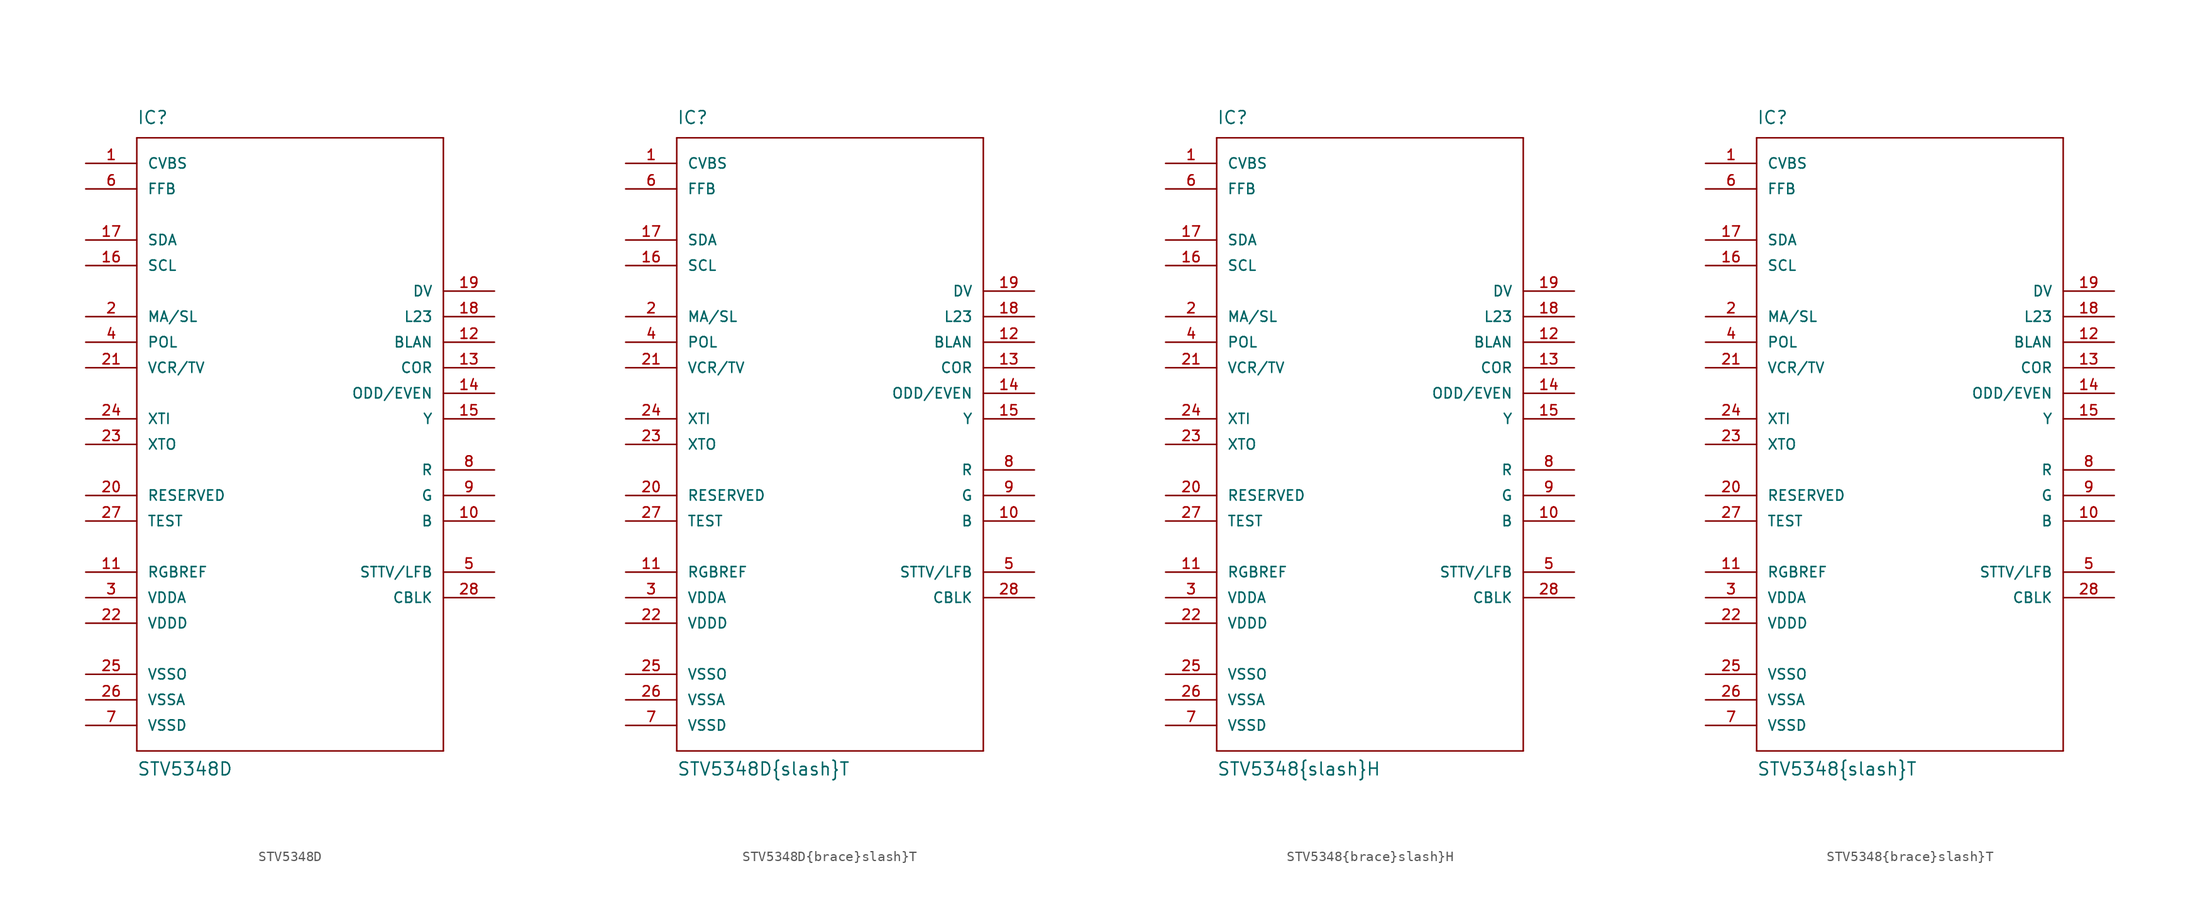
<source format=kicad_sym>
(kicad_symbol_lib
  (version 20211014)
  (generator kicad_symbol_editor)
  (symbol "STV5348D"
    (pin_names
      (offset 1.016))
    (property "Reference" "IC"
      (at -15.24 31.75 0)
      (effects (font (size 1.27 1.27)) (justify left bottom)))
    (property "Value" "STV5348D"
      (at -15.24 -33.02 0)
      (effects (font (size 1.27 1.27)) (justify left bottom)))
    (property "ki_locked" ""
      (at 0 0 0)
      (effects (font (size 1.27 1.27))))
    (symbol "STV5348D_1_0"
      (polyline (pts (xy -15.24 -30.48) (xy -15.24 30.48)) (stroke (width 0) (type default) (color 0 0 0 0)) (fill (type none)))
      (polyline (pts (xy -15.24 30.48) (xy 15.24 30.48)) (stroke (width 0) (type default) (color 0 0 0 0)) (fill (type none)))
      (polyline (pts (xy 15.24 -30.48) (xy -15.24 -30.48)) (stroke (width 0) (type default) (color 0 0 0 0)) (fill (type none)))
      (polyline (pts (xy 15.24 30.48) (xy 15.24 -30.48)) (stroke (width 0) (type default) (color 0 0 0 0)) (fill (type none))))
    (symbol "STV5348D_1_1"
      (pin input line (at -20.32 27.94 0) (length 5.08) (name "CVBS" (effects (font (size 1.016 1.016)))) (number "1" (effects (font (size 1.016 1.016)))))
      (pin output line (at 20.32 -7.62 180) (length 5.08) (name "B" (effects (font (size 1.016 1.016)))) (number "10" (effects (font (size 1.016 1.016)))))
      (pin power_in line (at -20.32 -12.7 0) (length 5.08) (name "RGBREF" (effects (font (size 1.016 1.016)))) (number "11" (effects (font (size 1.016 1.016)))))
      (pin output line (at 20.32 10.16 180) (length 5.08) (name "BLAN" (effects (font (size 1.016 1.016)))) (number "12" (effects (font (size 1.016 1.016)))))
      (pin open_collector line (at 20.32 7.62 180) (length 5.08) (name "COR" (effects (font (size 1.016 1.016)))) (number "13" (effects (font (size 1.016 1.016)))))
      (pin output line (at 20.32 5.08 180) (length 5.08) (name "ODD/EVEN" (effects (font (size 1.016 1.016)))) (number "14" (effects (font (size 1.016 1.016)))))
      (pin open_collector line (at 20.32 2.54 180) (length 5.08) (name "Y" (effects (font (size 1.016 1.016)))) (number "15" (effects (font (size 1.016 1.016)))))
      (pin input line (at -20.32 17.78 0) (length 5.08) (name "SCL" (effects (font (size 1.016 1.016)))) (number "16" (effects (font (size 1.016 1.016)))))
      (pin bidirectional line (at -20.32 20.32 0) (length 5.08) (name "SDA" (effects (font (size 1.016 1.016)))) (number "17" (effects (font (size 1.016 1.016)))))
      (pin output line (at 20.32 12.7 180) (length 5.08) (name "L23" (effects (font (size 1.016 1.016)))) (number "18" (effects (font (size 1.016 1.016)))))
      (pin output line (at 20.32 15.24 180) (length 5.08) (name "DV" (effects (font (size 1.016 1.016)))) (number "19" (effects (font (size 1.016 1.016)))))
      (pin input line (at -20.32 12.7 0) (length 5.08) (name "MA/SL" (effects (font (size 1.016 1.016)))) (number "2" (effects (font (size 1.016 1.016)))))
      (pin passive line (at -20.32 -5.08 0) (length 5.08) (name "RESERVED" (effects (font (size 1.016 1.016)))) (number "20" (effects (font (size 1.016 1.016)))))
      (pin input line (at -20.32 7.62 0) (length 5.08) (name "VCR/TV" (effects (font (size 1.016 1.016)))) (number "21" (effects (font (size 1.016 1.016)))))
      (pin power_in line (at -20.32 -17.78 0) (length 5.08) (name "VDDD" (effects (font (size 1.016 1.016)))) (number "22" (effects (font (size 1.016 1.016)))))
      (pin output line (at -20.32 0 0) (length 5.08) (name "XTO" (effects (font (size 1.016 1.016)))) (number "23" (effects (font (size 1.016 1.016)))))
      (pin input line (at -20.32 2.54 0) (length 5.08) (name "XTI" (effects (font (size 1.016 1.016)))) (number "24" (effects (font (size 1.016 1.016)))))
      (pin power_in line (at -20.32 -22.86 0) (length 5.08) (name "VSSO" (effects (font (size 1.016 1.016)))) (number "25" (effects (font (size 1.016 1.016)))))
      (pin power_in line (at -20.32 -25.4 0) (length 5.08) (name "VSSA" (effects (font (size 1.016 1.016)))) (number "26" (effects (font (size 1.016 1.016)))))
      (pin passive line (at -20.32 -7.62 0) (length 5.08) (name "TEST" (effects (font (size 1.016 1.016)))) (number "27" (effects (font (size 1.016 1.016)))))
      (pin bidirectional line (at 20.32 -15.24 180) (length 5.08) (name "CBLK" (effects (font (size 1.016 1.016)))) (number "28" (effects (font (size 1.016 1.016)))))
      (pin power_in line (at -20.32 -15.24 0) (length 5.08) (name "VDDA" (effects (font (size 1.016 1.016)))) (number "3" (effects (font (size 1.016 1.016)))))
      (pin input line (at -20.32 10.16 0) (length 5.08) (name "POL" (effects (font (size 1.016 1.016)))) (number "4" (effects (font (size 1.016 1.016)))))
      (pin bidirectional line (at 20.32 -12.7 180) (length 5.08) (name "STTV/LFB" (effects (font (size 1.016 1.016)))) (number "5" (effects (font (size 1.016 1.016)))))
      (pin input line (at -20.32 25.4 0) (length 5.08) (name "FFB" (effects (font (size 1.016 1.016)))) (number "6" (effects (font (size 1.016 1.016)))))
      (pin power_in line (at -20.32 -27.94 0) (length 5.08) (name "VSSD" (effects (font (size 1.016 1.016)))) (number "7" (effects (font (size 1.016 1.016)))))
      (pin output line (at 20.32 -2.54 180) (length 5.08) (name "R" (effects (font (size 1.016 1.016)))) (number "8" (effects (font (size 1.016 1.016)))))
      (pin output line (at 20.32 -5.08 180) (length 5.08) (name "G" (effects (font (size 1.016 1.016)))) (number "9" (effects (font (size 1.016 1.016)))))))
  (symbol "STV5348D{brace}slash}T"
    (pin_names
      (offset 1.016))
    (property "Reference" "IC"
      (at -15.24 31.75 0)
      (effects (font (size 1.27 1.27)) (justify left bottom)))
    (property "Value" "STV5348D{brace}slash}T"
      (at -15.24 -33.02 0)
      (effects (font (size 1.27 1.27)) (justify left bottom)))
    (property "ki_locked" ""
      (at 0 0 0)
      (effects (font (size 1.27 1.27))))
    (symbol "STV5348D{brace}slash}T_1_0"
      (polyline (pts (xy -15.24 -30.48) (xy -15.24 30.48)) (stroke (width 0) (type default) (color 0 0 0 0)) (fill (type none)))
      (polyline (pts (xy -15.24 30.48) (xy 15.24 30.48)) (stroke (width 0) (type default) (color 0 0 0 0)) (fill (type none)))
      (polyline (pts (xy 15.24 -30.48) (xy -15.24 -30.48)) (stroke (width 0) (type default) (color 0 0 0 0)) (fill (type none)))
      (polyline (pts (xy 15.24 30.48) (xy 15.24 -30.48)) (stroke (width 0) (type default) (color 0 0 0 0)) (fill (type none))))
    (symbol "STV5348D{brace}slash}T_1_1"
      (pin input line (at -20.32 27.94 0) (length 5.08) (name "CVBS" (effects (font (size 1.016 1.016)))) (number "1" (effects (font (size 1.016 1.016)))))
      (pin output line (at 20.32 -7.62 180) (length 5.08) (name "B" (effects (font (size 1.016 1.016)))) (number "10" (effects (font (size 1.016 1.016)))))
      (pin power_in line (at -20.32 -12.7 0) (length 5.08) (name "RGBREF" (effects (font (size 1.016 1.016)))) (number "11" (effects (font (size 1.016 1.016)))))
      (pin output line (at 20.32 10.16 180) (length 5.08) (name "BLAN" (effects (font (size 1.016 1.016)))) (number "12" (effects (font (size 1.016 1.016)))))
      (pin open_collector line (at 20.32 7.62 180) (length 5.08) (name "COR" (effects (font (size 1.016 1.016)))) (number "13" (effects (font (size 1.016 1.016)))))
      (pin output line (at 20.32 5.08 180) (length 5.08) (name "ODD/EVEN" (effects (font (size 1.016 1.016)))) (number "14" (effects (font (size 1.016 1.016)))))
      (pin open_collector line (at 20.32 2.54 180) (length 5.08) (name "Y" (effects (font (size 1.016 1.016)))) (number "15" (effects (font (size 1.016 1.016)))))
      (pin input line (at -20.32 17.78 0) (length 5.08) (name "SCL" (effects (font (size 1.016 1.016)))) (number "16" (effects (font (size 1.016 1.016)))))
      (pin bidirectional line (at -20.32 20.32 0) (length 5.08) (name "SDA" (effects (font (size 1.016 1.016)))) (number "17" (effects (font (size 1.016 1.016)))))
      (pin output line (at 20.32 12.7 180) (length 5.08) (name "L23" (effects (font (size 1.016 1.016)))) (number "18" (effects (font (size 1.016 1.016)))))
      (pin output line (at 20.32 15.24 180) (length 5.08) (name "DV" (effects (font (size 1.016 1.016)))) (number "19" (effects (font (size 1.016 1.016)))))
      (pin input line (at -20.32 12.7 0) (length 5.08) (name "MA/SL" (effects (font (size 1.016 1.016)))) (number "2" (effects (font (size 1.016 1.016)))))
      (pin passive line (at -20.32 -5.08 0) (length 5.08) (name "RESERVED" (effects (font (size 1.016 1.016)))) (number "20" (effects (font (size 1.016 1.016)))))
      (pin input line (at -20.32 7.62 0) (length 5.08) (name "VCR/TV" (effects (font (size 1.016 1.016)))) (number "21" (effects (font (size 1.016 1.016)))))
      (pin power_in line (at -20.32 -17.78 0) (length 5.08) (name "VDDD" (effects (font (size 1.016 1.016)))) (number "22" (effects (font (size 1.016 1.016)))))
      (pin output line (at -20.32 0 0) (length 5.08) (name "XTO" (effects (font (size 1.016 1.016)))) (number "23" (effects (font (size 1.016 1.016)))))
      (pin input line (at -20.32 2.54 0) (length 5.08) (name "XTI" (effects (font (size 1.016 1.016)))) (number "24" (effects (font (size 1.016 1.016)))))
      (pin power_in line (at -20.32 -22.86 0) (length 5.08) (name "VSSO" (effects (font (size 1.016 1.016)))) (number "25" (effects (font (size 1.016 1.016)))))
      (pin power_in line (at -20.32 -25.4 0) (length 5.08) (name "VSSA" (effects (font (size 1.016 1.016)))) (number "26" (effects (font (size 1.016 1.016)))))
      (pin passive line (at -20.32 -7.62 0) (length 5.08) (name "TEST" (effects (font (size 1.016 1.016)))) (number "27" (effects (font (size 1.016 1.016)))))
      (pin bidirectional line (at 20.32 -15.24 180) (length 5.08) (name "CBLK" (effects (font (size 1.016 1.016)))) (number "28" (effects (font (size 1.016 1.016)))))
      (pin power_in line (at -20.32 -15.24 0) (length 5.08) (name "VDDA" (effects (font (size 1.016 1.016)))) (number "3" (effects (font (size 1.016 1.016)))))
      (pin input line (at -20.32 10.16 0) (length 5.08) (name "POL" (effects (font (size 1.016 1.016)))) (number "4" (effects (font (size 1.016 1.016)))))
      (pin bidirectional line (at 20.32 -12.7 180) (length 5.08) (name "STTV/LFB" (effects (font (size 1.016 1.016)))) (number "5" (effects (font (size 1.016 1.016)))))
      (pin input line (at -20.32 25.4 0) (length 5.08) (name "FFB" (effects (font (size 1.016 1.016)))) (number "6" (effects (font (size 1.016 1.016)))))
      (pin power_in line (at -20.32 -27.94 0) (length 5.08) (name "VSSD" (effects (font (size 1.016 1.016)))) (number "7" (effects (font (size 1.016 1.016)))))
      (pin output line (at 20.32 -2.54 180) (length 5.08) (name "R" (effects (font (size 1.016 1.016)))) (number "8" (effects (font (size 1.016 1.016)))))
      (pin output line (at 20.32 -5.08 180) (length 5.08) (name "G" (effects (font (size 1.016 1.016)))) (number "9" (effects (font (size 1.016 1.016)))))))
  (symbol "STV5348{brace}slash}H"
    (pin_names
      (offset 1.016))
    (property "Reference" "IC"
      (at -15.24 31.75 0)
      (effects (font (size 1.27 1.27)) (justify left bottom)))
    (property "Value" "STV5348{brace}slash}H"
      (at -15.24 -33.02 0)
      (effects (font (size 1.27 1.27)) (justify left bottom)))
    (property "ki_locked" ""
      (at 0 0 0)
      (effects (font (size 1.27 1.27))))
    (symbol "STV5348{brace}slash}H_1_0"
      (polyline (pts (xy -15.24 -30.48) (xy -15.24 30.48)) (stroke (width 0) (type default) (color 0 0 0 0)) (fill (type none)))
      (polyline (pts (xy -15.24 30.48) (xy 15.24 30.48)) (stroke (width 0) (type default) (color 0 0 0 0)) (fill (type none)))
      (polyline (pts (xy 15.24 -30.48) (xy -15.24 -30.48)) (stroke (width 0) (type default) (color 0 0 0 0)) (fill (type none)))
      (polyline (pts (xy 15.24 30.48) (xy 15.24 -30.48)) (stroke (width 0) (type default) (color 0 0 0 0)) (fill (type none))))
    (symbol "STV5348{brace}slash}H_1_1"
      (pin input line (at -20.32 27.94 0) (length 5.08) (name "CVBS" (effects (font (size 1.016 1.016)))) (number "1" (effects (font (size 1.016 1.016)))))
      (pin output line (at 20.32 -7.62 180) (length 5.08) (name "B" (effects (font (size 1.016 1.016)))) (number "10" (effects (font (size 1.016 1.016)))))
      (pin power_in line (at -20.32 -12.7 0) (length 5.08) (name "RGBREF" (effects (font (size 1.016 1.016)))) (number "11" (effects (font (size 1.016 1.016)))))
      (pin output line (at 20.32 10.16 180) (length 5.08) (name "BLAN" (effects (font (size 1.016 1.016)))) (number "12" (effects (font (size 1.016 1.016)))))
      (pin open_collector line (at 20.32 7.62 180) (length 5.08) (name "COR" (effects (font (size 1.016 1.016)))) (number "13" (effects (font (size 1.016 1.016)))))
      (pin output line (at 20.32 5.08 180) (length 5.08) (name "ODD/EVEN" (effects (font (size 1.016 1.016)))) (number "14" (effects (font (size 1.016 1.016)))))
      (pin open_collector line (at 20.32 2.54 180) (length 5.08) (name "Y" (effects (font (size 1.016 1.016)))) (number "15" (effects (font (size 1.016 1.016)))))
      (pin input line (at -20.32 17.78 0) (length 5.08) (name "SCL" (effects (font (size 1.016 1.016)))) (number "16" (effects (font (size 1.016 1.016)))))
      (pin bidirectional line (at -20.32 20.32 0) (length 5.08) (name "SDA" (effects (font (size 1.016 1.016)))) (number "17" (effects (font (size 1.016 1.016)))))
      (pin output line (at 20.32 12.7 180) (length 5.08) (name "L23" (effects (font (size 1.016 1.016)))) (number "18" (effects (font (size 1.016 1.016)))))
      (pin output line (at 20.32 15.24 180) (length 5.08) (name "DV" (effects (font (size 1.016 1.016)))) (number "19" (effects (font (size 1.016 1.016)))))
      (pin input line (at -20.32 12.7 0) (length 5.08) (name "MA/SL" (effects (font (size 1.016 1.016)))) (number "2" (effects (font (size 1.016 1.016)))))
      (pin passive line (at -20.32 -5.08 0) (length 5.08) (name "RESERVED" (effects (font (size 1.016 1.016)))) (number "20" (effects (font (size 1.016 1.016)))))
      (pin input line (at -20.32 7.62 0) (length 5.08) (name "VCR/TV" (effects (font (size 1.016 1.016)))) (number "21" (effects (font (size 1.016 1.016)))))
      (pin power_in line (at -20.32 -17.78 0) (length 5.08) (name "VDDD" (effects (font (size 1.016 1.016)))) (number "22" (effects (font (size 1.016 1.016)))))
      (pin output line (at -20.32 0 0) (length 5.08) (name "XTO" (effects (font (size 1.016 1.016)))) (number "23" (effects (font (size 1.016 1.016)))))
      (pin input line (at -20.32 2.54 0) (length 5.08) (name "XTI" (effects (font (size 1.016 1.016)))) (number "24" (effects (font (size 1.016 1.016)))))
      (pin power_in line (at -20.32 -22.86 0) (length 5.08) (name "VSSO" (effects (font (size 1.016 1.016)))) (number "25" (effects (font (size 1.016 1.016)))))
      (pin power_in line (at -20.32 -25.4 0) (length 5.08) (name "VSSA" (effects (font (size 1.016 1.016)))) (number "26" (effects (font (size 1.016 1.016)))))
      (pin passive line (at -20.32 -7.62 0) (length 5.08) (name "TEST" (effects (font (size 1.016 1.016)))) (number "27" (effects (font (size 1.016 1.016)))))
      (pin bidirectional line (at 20.32 -15.24 180) (length 5.08) (name "CBLK" (effects (font (size 1.016 1.016)))) (number "28" (effects (font (size 1.016 1.016)))))
      (pin power_in line (at -20.32 -15.24 0) (length 5.08) (name "VDDA" (effects (font (size 1.016 1.016)))) (number "3" (effects (font (size 1.016 1.016)))))
      (pin input line (at -20.32 10.16 0) (length 5.08) (name "POL" (effects (font (size 1.016 1.016)))) (number "4" (effects (font (size 1.016 1.016)))))
      (pin bidirectional line (at 20.32 -12.7 180) (length 5.08) (name "STTV/LFB" (effects (font (size 1.016 1.016)))) (number "5" (effects (font (size 1.016 1.016)))))
      (pin input line (at -20.32 25.4 0) (length 5.08) (name "FFB" (effects (font (size 1.016 1.016)))) (number "6" (effects (font (size 1.016 1.016)))))
      (pin power_in line (at -20.32 -27.94 0) (length 5.08) (name "VSSD" (effects (font (size 1.016 1.016)))) (number "7" (effects (font (size 1.016 1.016)))))
      (pin output line (at 20.32 -2.54 180) (length 5.08) (name "R" (effects (font (size 1.016 1.016)))) (number "8" (effects (font (size 1.016 1.016)))))
      (pin output line (at 20.32 -5.08 180) (length 5.08) (name "G" (effects (font (size 1.016 1.016)))) (number "9" (effects (font (size 1.016 1.016)))))))
  (symbol "STV5348{brace}slash}T"
    (pin_names
      (offset 1.016))
    (property "Reference" "IC"
      (at -15.24 31.75 0)
      (effects (font (size 1.27 1.27)) (justify left bottom)))
    (property "Value" "STV5348{brace}slash}T"
      (at -15.24 -33.02 0)
      (effects (font (size 1.27 1.27)) (justify left bottom)))
    (property "ki_locked" ""
      (at 0 0 0)
      (effects (font (size 1.27 1.27))))
    (symbol "STV5348{brace}slash}T_1_0"
      (polyline (pts (xy -15.24 -30.48) (xy -15.24 30.48)) (stroke (width 0) (type default) (color 0 0 0 0)) (fill (type none)))
      (polyline (pts (xy -15.24 30.48) (xy 15.24 30.48)) (stroke (width 0) (type default) (color 0 0 0 0)) (fill (type none)))
      (polyline (pts (xy 15.24 -30.48) (xy -15.24 -30.48)) (stroke (width 0) (type default) (color 0 0 0 0)) (fill (type none)))
      (polyline (pts (xy 15.24 30.48) (xy 15.24 -30.48)) (stroke (width 0) (type default) (color 0 0 0 0)) (fill (type none))))
    (symbol "STV5348{brace}slash}T_1_1"
      (pin input line (at -20.32 27.94 0) (length 5.08) (name "CVBS" (effects (font (size 1.016 1.016)))) (number "1" (effects (font (size 1.016 1.016)))))
      (pin output line (at 20.32 -7.62 180) (length 5.08) (name "B" (effects (font (size 1.016 1.016)))) (number "10" (effects (font (size 1.016 1.016)))))
      (pin power_in line (at -20.32 -12.7 0) (length 5.08) (name "RGBREF" (effects (font (size 1.016 1.016)))) (number "11" (effects (font (size 1.016 1.016)))))
      (pin output line (at 20.32 10.16 180) (length 5.08) (name "BLAN" (effects (font (size 1.016 1.016)))) (number "12" (effects (font (size 1.016 1.016)))))
      (pin open_collector line (at 20.32 7.62 180) (length 5.08) (name "COR" (effects (font (size 1.016 1.016)))) (number "13" (effects (font (size 1.016 1.016)))))
      (pin output line (at 20.32 5.08 180) (length 5.08) (name "ODD/EVEN" (effects (font (size 1.016 1.016)))) (number "14" (effects (font (size 1.016 1.016)))))
      (pin open_collector line (at 20.32 2.54 180) (length 5.08) (name "Y" (effects (font (size 1.016 1.016)))) (number "15" (effects (font (size 1.016 1.016)))))
      (pin input line (at -20.32 17.78 0) (length 5.08) (name "SCL" (effects (font (size 1.016 1.016)))) (number "16" (effects (font (size 1.016 1.016)))))
      (pin bidirectional line (at -20.32 20.32 0) (length 5.08) (name "SDA" (effects (font (size 1.016 1.016)))) (number "17" (effects (font (size 1.016 1.016)))))
      (pin output line (at 20.32 12.7 180) (length 5.08) (name "L23" (effects (font (size 1.016 1.016)))) (number "18" (effects (font (size 1.016 1.016)))))
      (pin output line (at 20.32 15.24 180) (length 5.08) (name "DV" (effects (font (size 1.016 1.016)))) (number "19" (effects (font (size 1.016 1.016)))))
      (pin input line (at -20.32 12.7 0) (length 5.08) (name "MA/SL" (effects (font (size 1.016 1.016)))) (number "2" (effects (font (size 1.016 1.016)))))
      (pin passive line (at -20.32 -5.08 0) (length 5.08) (name "RESERVED" (effects (font (size 1.016 1.016)))) (number "20" (effects (font (size 1.016 1.016)))))
      (pin input line (at -20.32 7.62 0) (length 5.08) (name "VCR/TV" (effects (font (size 1.016 1.016)))) (number "21" (effects (font (size 1.016 1.016)))))
      (pin power_in line (at -20.32 -17.78 0) (length 5.08) (name "VDDD" (effects (font (size 1.016 1.016)))) (number "22" (effects (font (size 1.016 1.016)))))
      (pin output line (at -20.32 0 0) (length 5.08) (name "XTO" (effects (font (size 1.016 1.016)))) (number "23" (effects (font (size 1.016 1.016)))))
      (pin input line (at -20.32 2.54 0) (length 5.08) (name "XTI" (effects (font (size 1.016 1.016)))) (number "24" (effects (font (size 1.016 1.016)))))
      (pin power_in line (at -20.32 -22.86 0) (length 5.08) (name "VSSO" (effects (font (size 1.016 1.016)))) (number "25" (effects (font (size 1.016 1.016)))))
      (pin power_in line (at -20.32 -25.4 0) (length 5.08) (name "VSSA" (effects (font (size 1.016 1.016)))) (number "26" (effects (font (size 1.016 1.016)))))
      (pin passive line (at -20.32 -7.62 0) (length 5.08) (name "TEST" (effects (font (size 1.016 1.016)))) (number "27" (effects (font (size 1.016 1.016)))))
      (pin bidirectional line (at 20.32 -15.24 180) (length 5.08) (name "CBLK" (effects (font (size 1.016 1.016)))) (number "28" (effects (font (size 1.016 1.016)))))
      (pin power_in line (at -20.32 -15.24 0) (length 5.08) (name "VDDA" (effects (font (size 1.016 1.016)))) (number "3" (effects (font (size 1.016 1.016)))))
      (pin input line (at -20.32 10.16 0) (length 5.08) (name "POL" (effects (font (size 1.016 1.016)))) (number "4" (effects (font (size 1.016 1.016)))))
      (pin bidirectional line (at 20.32 -12.7 180) (length 5.08) (name "STTV/LFB" (effects (font (size 1.016 1.016)))) (number "5" (effects (font (size 1.016 1.016)))))
      (pin input line (at -20.32 25.4 0) (length 5.08) (name "FFB" (effects (font (size 1.016 1.016)))) (number "6" (effects (font (size 1.016 1.016)))))
      (pin power_in line (at -20.32 -27.94 0) (length 5.08) (name "VSSD" (effects (font (size 1.016 1.016)))) (number "7" (effects (font (size 1.016 1.016)))))
      (pin output line (at 20.32 -2.54 180) (length 5.08) (name "R" (effects (font (size 1.016 1.016)))) (number "8" (effects (font (size 1.016 1.016)))))
      (pin output line (at 20.32 -5.08 180) (length 5.08) (name "G" (effects (font (size 1.016 1.016)))) (number "9" (effects (font (size 1.016 1.016))))))))
</source>
